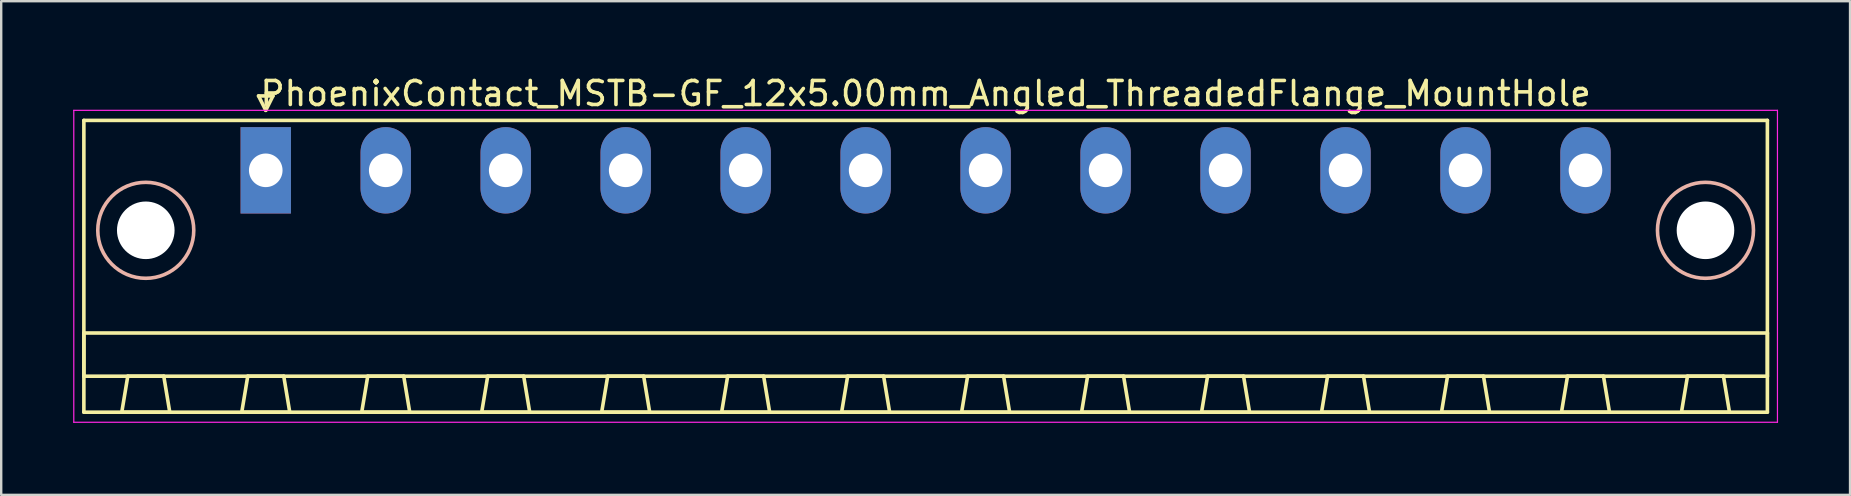
<source format=kicad_pcb>
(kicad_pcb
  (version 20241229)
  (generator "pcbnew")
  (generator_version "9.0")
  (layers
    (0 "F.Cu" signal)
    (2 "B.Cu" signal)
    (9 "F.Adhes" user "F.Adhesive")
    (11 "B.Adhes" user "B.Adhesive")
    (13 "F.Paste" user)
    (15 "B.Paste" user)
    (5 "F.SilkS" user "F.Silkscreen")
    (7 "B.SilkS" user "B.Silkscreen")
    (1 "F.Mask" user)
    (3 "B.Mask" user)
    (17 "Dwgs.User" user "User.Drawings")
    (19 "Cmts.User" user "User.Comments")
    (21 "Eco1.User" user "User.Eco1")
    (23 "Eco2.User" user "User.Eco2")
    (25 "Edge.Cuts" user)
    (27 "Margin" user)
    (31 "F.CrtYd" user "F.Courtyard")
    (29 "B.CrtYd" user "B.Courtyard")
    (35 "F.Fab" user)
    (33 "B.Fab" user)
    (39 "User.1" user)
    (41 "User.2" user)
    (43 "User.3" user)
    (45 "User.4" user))
  (footprint "PhoenixContact_MSTB-GF_12x5.00mm_Angled_ThreadedFlange_MountHole"
    (layer "F.Cu")
    (at 8.025 4.048)
    (property "Reference" "PhoenixContact_MSTB-GF_12x5.00mm_Angled_ThreadedFlange_MountHole" (at 27.5 -3.2 0) (layer "F.SilkS") (effects (font (size 1 1) (thickness 0.15))))
    (attr through_hole)
    (fp_line (start -7.58 -2.08) (end -7.58 10.08) (stroke (width 0.15) (type solid)) (layer "F.SilkS"))
    (fp_line (start -7.58 6.78) (end 62.58 6.78) (stroke (width 0.15) (type solid)) (layer "F.SilkS"))
    (fp_line (start -7.58 8.58) (end -7.58 6.78) (stroke (width 0.15) (type solid)) (layer "F.SilkS"))
    (fp_line (start -7.58 10.08) (end 62.58 10.08) (stroke (width 0.15) (type solid)) (layer "F.SilkS"))
    (fp_line (start -6 10.08) (end -4 10.08) (stroke (width 0.15) (type solid)) (layer "F.SilkS"))
    (fp_line (start -5.75 8.58) (end -6 10.08) (stroke (width 0.15) (type solid)) (layer "F.SilkS"))
    (fp_line (start -4.25 8.58) (end -5.75 8.58) (stroke (width 0.15) (type solid)) (layer "F.SilkS"))
    (fp_line (start -4 10.08) (end -4.25 8.58) (stroke (width 0.15) (type solid)) (layer "F.SilkS"))
    (fp_line (start -1 10.08) (end 1 10.08) (stroke (width 0.15) (type solid)) (layer "F.SilkS"))
    (fp_line (start -0.75 8.58) (end -1 10.08) (stroke (width 0.15) (type solid)) (layer "F.SilkS"))
    (fp_line (start -0.3 -3.1) (end 0 -2.5) (stroke (width 0.15) (type solid)) (layer "F.SilkS"))
    (fp_line (start 0 -2.5) (end 0.3 -3.1) (stroke (width 0.15) (type solid)) (layer "F.SilkS"))
    (fp_line (start 0.3 -3.1) (end -0.3 -3.1) (stroke (width 0.15) (type solid)) (layer "F.SilkS"))
    (fp_line (start 0.75 8.58) (end -0.75 8.58) (stroke (width 0.15) (type solid)) (layer "F.SilkS"))
    (fp_line (start 1 10.08) (end 0.75 8.58) (stroke (width 0.15) (type solid)) (layer "F.SilkS"))
    (fp_line (start 4 10.08) (end 6 10.08) (stroke (width 0.15) (type solid)) (layer "F.SilkS"))
    (fp_line (start 4.25 8.58) (end 4 10.08) (stroke (width 0.15) (type solid)) (layer "F.SilkS"))
    (fp_line (start 5.75 8.58) (end 4.25 8.58) (stroke (width 0.15) (type solid)) (layer "F.SilkS"))
    (fp_line (start 6 10.08) (end 5.75 8.58) (stroke (width 0.15) (type solid)) (layer "F.SilkS"))
    (fp_line (start 9 10.08) (end 11 10.08) (stroke (width 0.15) (type solid)) (layer "F.SilkS"))
    (fp_line (start 9.25 8.58) (end 9 10.08) (stroke (width 0.15) (type solid)) (layer "F.SilkS"))
    (fp_line (start 10.75 8.58) (end 9.25 8.58) (stroke (width 0.15) (type solid)) (layer "F.SilkS"))
    (fp_line (start 11 10.08) (end 10.75 8.58) (stroke (width 0.15) (type solid)) (layer "F.SilkS"))
    (fp_line (start 14 10.08) (end 16 10.08) (stroke (width 0.15) (type solid)) (layer "F.SilkS"))
    (fp_line (start 14.25 8.58) (end 14 10.08) (stroke (width 0.15) (type solid)) (layer "F.SilkS"))
    (fp_line (start 15.75 8.58) (end 14.25 8.58) (stroke (width 0.15) (type solid)) (layer "F.SilkS"))
    (fp_line (start 16 10.08) (end 15.75 8.58) (stroke (width 0.15) (type solid)) (layer "F.SilkS"))
    (fp_line (start 19 10.08) (end 21 10.08) (stroke (width 0.15) (type solid)) (layer "F.SilkS"))
    (fp_line (start 19.25 8.58) (end 19 10.08) (stroke (width 0.15) (type solid)) (layer "F.SilkS"))
    (fp_line (start 20.75 8.58) (end 19.25 8.58) (stroke (width 0.15) (type solid)) (layer "F.SilkS"))
    (fp_line (start 21 10.08) (end 20.75 8.58) (stroke (width 0.15) (type solid)) (layer "F.SilkS"))
    (fp_line (start 24 10.08) (end 26 10.08) (stroke (width 0.15) (type solid)) (layer "F.SilkS"))
    (fp_line (start 24.25 8.58) (end 24 10.08) (stroke (width 0.15) (type solid)) (layer "F.SilkS"))
    (fp_line (start 25.75 8.58) (end 24.25 8.58) (stroke (width 0.15) (type solid)) (layer "F.SilkS"))
    (fp_line (start 26 10.08) (end 25.75 8.58) (stroke (width 0.15) (type solid)) (layer "F.SilkS"))
    (fp_line (start 29 10.08) (end 31 10.08) (stroke (width 0.15) (type solid)) (layer "F.SilkS"))
    (fp_line (start 29.25 8.58) (end 29 10.08) (stroke (width 0.15) (type solid)) (layer "F.SilkS"))
    (fp_line (start 30.75 8.58) (end 29.25 8.58) (stroke (width 0.15) (type solid)) (layer "F.SilkS"))
    (fp_line (start 31 10.08) (end 30.75 8.58) (stroke (width 0.15) (type solid)) (layer "F.SilkS"))
    (fp_line (start 34 10.08) (end 36 10.08) (stroke (width 0.15) (type solid)) (layer "F.SilkS"))
    (fp_line (start 34.25 8.58) (end 34 10.08) (stroke (width 0.15) (type solid)) (layer "F.SilkS"))
    (fp_line (start 35.75 8.58) (end 34.25 8.58) (stroke (width 0.15) (type solid)) (layer "F.SilkS"))
    (fp_line (start 36 10.08) (end 35.75 8.58) (stroke (width 0.15) (type solid)) (layer "F.SilkS"))
    (fp_line (start 39 10.08) (end 41 10.08) (stroke (width 0.15) (type solid)) (layer "F.SilkS"))
    (fp_line (start 39.25 8.58) (end 39 10.08) (stroke (width 0.15) (type solid)) (layer "F.SilkS"))
    (fp_line (start 40.75 8.58) (end 39.25 8.58) (stroke (width 0.15) (type solid)) (layer "F.SilkS"))
    (fp_line (start 41 10.08) (end 40.75 8.58) (stroke (width 0.15) (type solid)) (layer "F.SilkS"))
    (fp_line (start 44 10.08) (end 46 10.08) (stroke (width 0.15) (type solid)) (layer "F.SilkS"))
    (fp_line (start 44.25 8.58) (end 44 10.08) (stroke (width 0.15) (type solid)) (layer "F.SilkS"))
    (fp_line (start 45.75 8.58) (end 44.25 8.58) (stroke (width 0.15) (type solid)) (layer "F.SilkS"))
    (fp_line (start 46 10.08) (end 45.75 8.58) (stroke (width 0.15) (type solid)) (layer "F.SilkS"))
    (fp_line (start 49 10.08) (end 51 10.08) (stroke (width 0.15) (type solid)) (layer "F.SilkS"))
    (fp_line (start 49.25 8.58) (end 49 10.08) (stroke (width 0.15) (type solid)) (layer "F.SilkS"))
    (fp_line (start 50.75 8.58) (end 49.25 8.58) (stroke (width 0.15) (type solid)) (layer "F.SilkS"))
    (fp_line (start 51 10.08) (end 50.75 8.58) (stroke (width 0.15) (type solid)) (layer "F.SilkS"))
    (fp_line (start 54 10.08) (end 56 10.08) (stroke (width 0.15) (type solid)) (layer "F.SilkS"))
    (fp_line (start 54.25 8.58) (end 54 10.08) (stroke (width 0.15) (type solid)) (layer "F.SilkS"))
    (fp_line (start 55.75 8.58) (end 54.25 8.58) (stroke (width 0.15) (type solid)) (layer "F.SilkS"))
    (fp_line (start 56 10.08) (end 55.75 8.58) (stroke (width 0.15) (type solid)) (layer "F.SilkS"))
    (fp_line (start 59 10.08) (end 61 10.08) (stroke (width 0.15) (type solid)) (layer "F.SilkS"))
    (fp_line (start 59.25 8.58) (end 59 10.08) (stroke (width 0.15) (type solid)) (layer "F.SilkS"))
    (fp_line (start 60.75 8.58) (end 59.25 8.58) (stroke (width 0.15) (type solid)) (layer "F.SilkS"))
    (fp_line (start 61 10.08) (end 60.75 8.58) (stroke (width 0.15) (type solid)) (layer "F.SilkS"))
    (fp_line (start 62.58 -2.08) (end -7.58 -2.08) (stroke (width 0.15) (type solid)) (layer "F.SilkS"))
    (fp_line (start 62.58 6.78) (end 62.58 8.58) (stroke (width 0.15) (type solid)) (layer "F.SilkS"))
    (fp_line (start 62.58 8.58) (end -7.58 8.58) (stroke (width 0.15) (type solid)) (layer "F.SilkS"))
    (fp_line (start 62.58 10.08) (end 62.58 -2.08) (stroke (width 0.15) (type solid)) (layer "F.SilkS"))
    (fp_circle (center -5 2.5) (end -3 2.5) (stroke (width 0.15) (type solid)) (fill no) (layer "B.SilkS"))
    (fp_circle (center 60 2.5) (end 62 2.5) (stroke (width 0.15) (type solid)) (fill no) (layer "B.SilkS"))
    (fp_line (start -8 -2.5) (end -8 10.5) (stroke (width 0.05) (type solid)) (layer "F.CrtYd"))
    (fp_line (start -8 10.5) (end 63 10.5) (stroke (width 0.05) (type solid)) (layer "F.CrtYd"))
    (fp_line (start 63 -2.5) (end -8 -2.5) (stroke (width 0.05) (type solid)) (layer "F.CrtYd"))
    (fp_line (start 63 10.5) (end 63 -2.5) (stroke (width 0.05) (type solid)) (layer "F.CrtYd"))
    (pad "" np_thru_hole circle (at -5 2.5) (size 2.4 2.4) (drill 2.4) (layers "*.Cu" "*.Mask"))
    (pad "" np_thru_hole circle (at 60 2.5) (size 2.4 2.4) (drill 2.4) (layers "*.Cu" "*.Mask"))
    (pad "1" thru_hole rect (at 0 0) (size 2.1 3.6) (drill 1.4) (layers "*.Cu" "*.Mask"))
    (pad "2" thru_hole oval (at 5 0) (size 2.1 3.6) (drill 1.4) (layers "*.Cu" "*.Mask"))
    (pad "3" thru_hole oval (at 10 0) (size 2.1 3.6) (drill 1.4) (layers "*.Cu" "*.Mask"))
    (pad "4" thru_hole oval (at 15 0) (size 2.1 3.6) (drill 1.4) (layers "*.Cu" "*.Mask"))
    (pad "5" thru_hole oval (at 20 0) (size 2.1 3.6) (drill 1.4) (layers "*.Cu" "*.Mask"))
    (pad "6" thru_hole oval (at 25 0) (size 2.1 3.6) (drill 1.4) (layers "*.Cu" "*.Mask"))
    (pad "7" thru_hole oval (at 30 0) (size 2.1 3.6) (drill 1.4) (layers "*.Cu" "*.Mask"))
    (pad "8" thru_hole oval (at 35 0) (size 2.1 3.6) (drill 1.4) (layers "*.Cu" "*.Mask"))
    (pad "9" thru_hole oval (at 40 0) (size 2.1 3.6) (drill 1.4) (layers "*.Cu" "*.Mask"))
    (pad "10" thru_hole oval (at 45 0) (size 2.1 3.6) (drill 1.4) (layers "*.Cu" "*.Mask"))
    (pad "11" thru_hole oval (at 50 0) (size 2.1 3.6) (drill 1.4) (layers "*.Cu" "*.Mask"))
    (pad "12" thru_hole oval (at 55 0) (size 2.1 3.6) (drill 1.4) (layers "*.Cu" "*.Mask")))
  (gr_rect
    (start -3 -3)
    (end 74.05 17.573)
    (stroke (width 0.1) (type default))
    (fill no)
    (layer "Edge.Cuts")))
</source>
